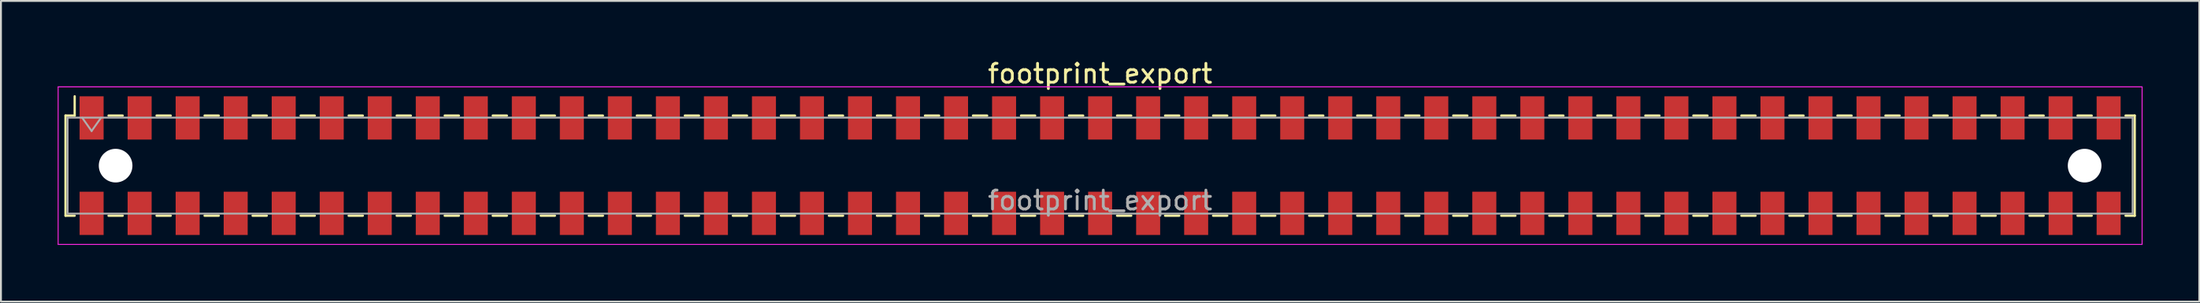
<source format=kicad_pcb>
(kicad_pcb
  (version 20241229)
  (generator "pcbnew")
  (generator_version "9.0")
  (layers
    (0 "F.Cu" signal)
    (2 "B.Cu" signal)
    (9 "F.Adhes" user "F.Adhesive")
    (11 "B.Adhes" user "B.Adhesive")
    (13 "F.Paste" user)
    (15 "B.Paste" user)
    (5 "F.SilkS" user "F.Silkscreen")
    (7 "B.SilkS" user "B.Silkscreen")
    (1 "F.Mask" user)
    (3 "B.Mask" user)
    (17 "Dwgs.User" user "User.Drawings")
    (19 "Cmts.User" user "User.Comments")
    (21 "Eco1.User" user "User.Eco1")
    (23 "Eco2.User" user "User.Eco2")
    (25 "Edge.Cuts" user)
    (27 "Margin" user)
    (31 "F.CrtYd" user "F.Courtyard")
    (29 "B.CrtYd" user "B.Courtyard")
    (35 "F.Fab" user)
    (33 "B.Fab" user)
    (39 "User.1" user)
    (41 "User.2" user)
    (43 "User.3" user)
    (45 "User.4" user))
  (footprint "footprint_export"
    (layer "F.Cu")
    (at 55.135 5.718)
    (property "Reference" "footprint_export" (at 0 -4.87 0) (layer "F.SilkS") (effects (font (size 1 1) (thickness 0.15))))
    (attr smd)
    (fp_line (start -54.72 -2.65) (end -54.72 2.65) (stroke (width 0.12) (type solid)) (layer "F.SilkS"))
    (fp_line (start -54.72 2.65) (end -54.235 2.65) (stroke (width 0.12) (type solid)) (layer "F.SilkS"))
    (fp_line (start -54.235 -3.67) (end -54.235 -2.65) (stroke (width 0.12) (type solid)) (layer "F.SilkS"))
    (fp_line (start -54.235 -2.65) (end -54.72 -2.65) (stroke (width 0.12) (type solid)) (layer "F.SilkS"))
    (fp_line (start -52.445 -2.65) (end -51.695 -2.65) (stroke (width 0.12) (type solid)) (layer "F.SilkS"))
    (fp_line (start -52.445 2.65) (end -51.695 2.65) (stroke (width 0.12) (type solid)) (layer "F.SilkS"))
    (fp_line (start -49.905 -2.65) (end -49.155 -2.65) (stroke (width 0.12) (type solid)) (layer "F.SilkS"))
    (fp_line (start -49.905 2.65) (end -49.155 2.65) (stroke (width 0.12) (type solid)) (layer "F.SilkS"))
    (fp_line (start -47.365 -2.65) (end -46.615 -2.65) (stroke (width 0.12) (type solid)) (layer "F.SilkS"))
    (fp_line (start -47.365 2.65) (end -46.615 2.65) (stroke (width 0.12) (type solid)) (layer "F.SilkS"))
    (fp_line (start -44.825 -2.65) (end -44.075 -2.65) (stroke (width 0.12) (type solid)) (layer "F.SilkS"))
    (fp_line (start -44.825 2.65) (end -44.075 2.65) (stroke (width 0.12) (type solid)) (layer "F.SilkS"))
    (fp_line (start -42.285 -2.65) (end -41.535 -2.65) (stroke (width 0.12) (type solid)) (layer "F.SilkS"))
    (fp_line (start -42.285 2.65) (end -41.535 2.65) (stroke (width 0.12) (type solid)) (layer "F.SilkS"))
    (fp_line (start -39.745 -2.65) (end -38.995 -2.65) (stroke (width 0.12) (type solid)) (layer "F.SilkS"))
    (fp_line (start -39.745 2.65) (end -38.995 2.65) (stroke (width 0.12) (type solid)) (layer "F.SilkS"))
    (fp_line (start -37.205 -2.65) (end -36.455 -2.65) (stroke (width 0.12) (type solid)) (layer "F.SilkS"))
    (fp_line (start -37.205 2.65) (end -36.455 2.65) (stroke (width 0.12) (type solid)) (layer "F.SilkS"))
    (fp_line (start -34.665 -2.65) (end -33.915 -2.65) (stroke (width 0.12) (type solid)) (layer "F.SilkS"))
    (fp_line (start -34.665 2.65) (end -33.915 2.65) (stroke (width 0.12) (type solid)) (layer "F.SilkS"))
    (fp_line (start -32.125 -2.65) (end -31.375 -2.65) (stroke (width 0.12) (type solid)) (layer "F.SilkS"))
    (fp_line (start -32.125 2.65) (end -31.375 2.65) (stroke (width 0.12) (type solid)) (layer "F.SilkS"))
    (fp_line (start -29.585 -2.65) (end -28.835 -2.65) (stroke (width 0.12) (type solid)) (layer "F.SilkS"))
    (fp_line (start -29.585 2.65) (end -28.835 2.65) (stroke (width 0.12) (type solid)) (layer "F.SilkS"))
    (fp_line (start -27.045 -2.65) (end -26.295 -2.65) (stroke (width 0.12) (type solid)) (layer "F.SilkS"))
    (fp_line (start -27.045 2.65) (end -26.295 2.65) (stroke (width 0.12) (type solid)) (layer "F.SilkS"))
    (fp_line (start -24.505 -2.65) (end -23.755 -2.65) (stroke (width 0.12) (type solid)) (layer "F.SilkS"))
    (fp_line (start -24.505 2.65) (end -23.755 2.65) (stroke (width 0.12) (type solid)) (layer "F.SilkS"))
    (fp_line (start -21.965 -2.65) (end -21.215 -2.65) (stroke (width 0.12) (type solid)) (layer "F.SilkS"))
    (fp_line (start -21.965 2.65) (end -21.215 2.65) (stroke (width 0.12) (type solid)) (layer "F.SilkS"))
    (fp_line (start -19.425 -2.65) (end -18.675 -2.65) (stroke (width 0.12) (type solid)) (layer "F.SilkS"))
    (fp_line (start -19.425 2.65) (end -18.675 2.65) (stroke (width 0.12) (type solid)) (layer "F.SilkS"))
    (fp_line (start -16.885 -2.65) (end -16.135 -2.65) (stroke (width 0.12) (type solid)) (layer "F.SilkS"))
    (fp_line (start -16.885 2.65) (end -16.135 2.65) (stroke (width 0.12) (type solid)) (layer "F.SilkS"))
    (fp_line (start -14.345 -2.65) (end -13.595 -2.65) (stroke (width 0.12) (type solid)) (layer "F.SilkS"))
    (fp_line (start -14.345 2.65) (end -13.595 2.65) (stroke (width 0.12) (type solid)) (layer "F.SilkS"))
    (fp_line (start -11.805 -2.65) (end -11.055 -2.65) (stroke (width 0.12) (type solid)) (layer "F.SilkS"))
    (fp_line (start -11.805 2.65) (end -11.055 2.65) (stroke (width 0.12) (type solid)) (layer "F.SilkS"))
    (fp_line (start -9.265 -2.65) (end -8.515 -2.65) (stroke (width 0.12) (type solid)) (layer "F.SilkS"))
    (fp_line (start -9.265 2.65) (end -8.515 2.65) (stroke (width 0.12) (type solid)) (layer "F.SilkS"))
    (fp_line (start -6.725 -2.65) (end -5.975 -2.65) (stroke (width 0.12) (type solid)) (layer "F.SilkS"))
    (fp_line (start -6.725 2.65) (end -5.975 2.65) (stroke (width 0.12) (type solid)) (layer "F.SilkS"))
    (fp_line (start -4.185 -2.65) (end -3.435 -2.65) (stroke (width 0.12) (type solid)) (layer "F.SilkS"))
    (fp_line (start -4.185 2.65) (end -3.435 2.65) (stroke (width 0.12) (type solid)) (layer "F.SilkS"))
    (fp_line (start -1.645 -2.65) (end -0.895 -2.65) (stroke (width 0.12) (type solid)) (layer "F.SilkS"))
    (fp_line (start -1.645 2.65) (end -0.895 2.65) (stroke (width 0.12) (type solid)) (layer "F.SilkS"))
    (fp_line (start 0.895 -2.65) (end 1.645 -2.65) (stroke (width 0.12) (type solid)) (layer "F.SilkS"))
    (fp_line (start 0.895 2.65) (end 1.645 2.65) (stroke (width 0.12) (type solid)) (layer "F.SilkS"))
    (fp_line (start 3.435 -2.65) (end 4.185 -2.65) (stroke (width 0.12) (type solid)) (layer "F.SilkS"))
    (fp_line (start 3.435 2.65) (end 4.185 2.65) (stroke (width 0.12) (type solid)) (layer "F.SilkS"))
    (fp_line (start 5.975 -2.65) (end 6.725 -2.65) (stroke (width 0.12) (type solid)) (layer "F.SilkS"))
    (fp_line (start 5.975 2.65) (end 6.725 2.65) (stroke (width 0.12) (type solid)) (layer "F.SilkS"))
    (fp_line (start 8.515 -2.65) (end 9.265 -2.65) (stroke (width 0.12) (type solid)) (layer "F.SilkS"))
    (fp_line (start 8.515 2.65) (end 9.265 2.65) (stroke (width 0.12) (type solid)) (layer "F.SilkS"))
    (fp_line (start 11.055 -2.65) (end 11.805 -2.65) (stroke (width 0.12) (type solid)) (layer "F.SilkS"))
    (fp_line (start 11.055 2.65) (end 11.805 2.65) (stroke (width 0.12) (type solid)) (layer "F.SilkS"))
    (fp_line (start 13.595 -2.65) (end 14.345 -2.65) (stroke (width 0.12) (type solid)) (layer "F.SilkS"))
    (fp_line (start 13.595 2.65) (end 14.345 2.65) (stroke (width 0.12) (type solid)) (layer "F.SilkS"))
    (fp_line (start 16.135 -2.65) (end 16.885 -2.65) (stroke (width 0.12) (type solid)) (layer "F.SilkS"))
    (fp_line (start 16.135 2.65) (end 16.885 2.65) (stroke (width 0.12) (type solid)) (layer "F.SilkS"))
    (fp_line (start 18.675 -2.65) (end 19.425 -2.65) (stroke (width 0.12) (type solid)) (layer "F.SilkS"))
    (fp_line (start 18.675 2.65) (end 19.425 2.65) (stroke (width 0.12) (type solid)) (layer "F.SilkS"))
    (fp_line (start 21.215 -2.65) (end 21.965 -2.65) (stroke (width 0.12) (type solid)) (layer "F.SilkS"))
    (fp_line (start 21.215 2.65) (end 21.965 2.65) (stroke (width 0.12) (type solid)) (layer "F.SilkS"))
    (fp_line (start 23.755 -2.65) (end 24.505 -2.65) (stroke (width 0.12) (type solid)) (layer "F.SilkS"))
    (fp_line (start 23.755 2.65) (end 24.505 2.65) (stroke (width 0.12) (type solid)) (layer "F.SilkS"))
    (fp_line (start 26.295 -2.65) (end 27.045 -2.65) (stroke (width 0.12) (type solid)) (layer "F.SilkS"))
    (fp_line (start 26.295 2.65) (end 27.045 2.65) (stroke (width 0.12) (type solid)) (layer "F.SilkS"))
    (fp_line (start 28.835 -2.65) (end 29.585 -2.65) (stroke (width 0.12) (type solid)) (layer "F.SilkS"))
    (fp_line (start 28.835 2.65) (end 29.585 2.65) (stroke (width 0.12) (type solid)) (layer "F.SilkS"))
    (fp_line (start 31.375 -2.65) (end 32.125 -2.65) (stroke (width 0.12) (type solid)) (layer "F.SilkS"))
    (fp_line (start 31.375 2.65) (end 32.125 2.65) (stroke (width 0.12) (type solid)) (layer "F.SilkS"))
    (fp_line (start 33.915 -2.65) (end 34.665 -2.65) (stroke (width 0.12) (type solid)) (layer "F.SilkS"))
    (fp_line (start 33.915 2.65) (end 34.665 2.65) (stroke (width 0.12) (type solid)) (layer "F.SilkS"))
    (fp_line (start 36.455 -2.65) (end 37.205 -2.65) (stroke (width 0.12) (type solid)) (layer "F.SilkS"))
    (fp_line (start 36.455 2.65) (end 37.205 2.65) (stroke (width 0.12) (type solid)) (layer "F.SilkS"))
    (fp_line (start 38.995 -2.65) (end 39.745 -2.65) (stroke (width 0.12) (type solid)) (layer "F.SilkS"))
    (fp_line (start 38.995 2.65) (end 39.745 2.65) (stroke (width 0.12) (type solid)) (layer "F.SilkS"))
    (fp_line (start 41.535 -2.65) (end 42.285 -2.65) (stroke (width 0.12) (type solid)) (layer "F.SilkS"))
    (fp_line (start 41.535 2.65) (end 42.285 2.65) (stroke (width 0.12) (type solid)) (layer "F.SilkS"))
    (fp_line (start 44.075 -2.65) (end 44.825 -2.65) (stroke (width 0.12) (type solid)) (layer "F.SilkS"))
    (fp_line (start 44.075 2.65) (end 44.825 2.65) (stroke (width 0.12) (type solid)) (layer "F.SilkS"))
    (fp_line (start 46.615 -2.65) (end 47.365 -2.65) (stroke (width 0.12) (type solid)) (layer "F.SilkS"))
    (fp_line (start 46.615 2.65) (end 47.365 2.65) (stroke (width 0.12) (type solid)) (layer "F.SilkS"))
    (fp_line (start 49.155 -2.65) (end 49.905 -2.65) (stroke (width 0.12) (type solid)) (layer "F.SilkS"))
    (fp_line (start 49.155 2.65) (end 49.905 2.65) (stroke (width 0.12) (type solid)) (layer "F.SilkS"))
    (fp_line (start 51.695 -2.65) (end 52.445 -2.65) (stroke (width 0.12) (type solid)) (layer "F.SilkS"))
    (fp_line (start 51.695 2.65) (end 52.445 2.65) (stroke (width 0.12) (type solid)) (layer "F.SilkS"))
    (fp_line (start 54.235 -2.65) (end 54.72 -2.65) (stroke (width 0.12) (type solid)) (layer "F.SilkS"))
    (fp_line (start 54.72 -2.65) (end 54.72 2.65) (stroke (width 0.12) (type solid)) (layer "F.SilkS"))
    (fp_line (start 54.72 2.65) (end 54.235 2.65) (stroke (width 0.12) (type solid)) (layer "F.SilkS"))
    (fp_line (start -55.11 -4.17) (end 55.11 -4.17) (stroke (width 0.05) (type solid)) (layer "F.CrtYd"))
    (fp_line (start -55.11 4.17) (end -55.11 -4.17) (stroke (width 0.05) (type solid)) (layer "F.CrtYd"))
    (fp_line (start 55.11 -4.17) (end 55.11 4.17) (stroke (width 0.05) (type solid)) (layer "F.CrtYd"))
    (fp_line (start 55.11 4.17) (end -55.11 4.17) (stroke (width 0.05) (type solid)) (layer "F.CrtYd"))
    (fp_line (start -54.61 -2.54) (end 54.61 -2.54) (stroke (width 0.1) (type solid)) (layer "F.Fab"))
    (fp_line (start -54.61 2.54) (end -54.61 -2.54) (stroke (width 0.1) (type solid)) (layer "F.Fab"))
    (fp_line (start -53.84 -2.54) (end -53.34 -1.833) (stroke (width 0.1) (type solid)) (layer "F.Fab"))
    (fp_line (start -53.34 -1.833) (end -52.84 -2.54) (stroke (width 0.1) (type solid)) (layer "F.Fab"))
    (fp_line (start 54.61 -2.54) (end 54.61 2.54) (stroke (width 0.1) (type solid)) (layer "F.Fab"))
    (fp_line (start 54.61 2.54) (end -54.61 2.54) (stroke (width 0.1) (type solid)) (layer "F.Fab"))
    (fp_text user "${REFERENCE}" (at 0 1.84 0) (layer "F.Fab") (effects (font (size 1 1) (thickness 0.15))))
    (pad "" np_thru_hole circle (at -52.07 0) (size 1.78 1.78) (drill 1.78) (layers "*.Cu" "*.Mask"))
    (pad "" np_thru_hole circle (at 52.07 0) (size 1.78 1.78) (drill 1.78) (layers "*.Cu" "*.Mask"))
    (pad "1" smd rect (at -53.34 -2.525) (size 1.27 2.29) (layers "F.Cu" "F.Mask" "F.Paste"))
    (pad "2" smd rect (at -53.34 2.525) (size 1.27 2.29) (layers "F.Cu" "F.Mask" "F.Paste"))
    (pad "3" smd rect (at -50.8 -2.525) (size 1.27 2.29) (layers "F.Cu" "F.Mask" "F.Paste"))
    (pad "4" smd rect (at -50.8 2.525) (size 1.27 2.29) (layers "F.Cu" "F.Mask" "F.Paste"))
    (pad "5" smd rect (at -48.26 -2.525) (size 1.27 2.29) (layers "F.Cu" "F.Mask" "F.Paste"))
    (pad "6" smd rect (at -48.26 2.525) (size 1.27 2.29) (layers "F.Cu" "F.Mask" "F.Paste"))
    (pad "7" smd rect (at -45.72 -2.525) (size 1.27 2.29) (layers "F.Cu" "F.Mask" "F.Paste"))
    (pad "8" smd rect (at -45.72 2.525) (size 1.27 2.29) (layers "F.Cu" "F.Mask" "F.Paste"))
    (pad "9" smd rect (at -43.18 -2.525) (size 1.27 2.29) (layers "F.Cu" "F.Mask" "F.Paste"))
    (pad "10" smd rect (at -43.18 2.525) (size 1.27 2.29) (layers "F.Cu" "F.Mask" "F.Paste"))
    (pad "11" smd rect (at -40.64 -2.525) (size 1.27 2.29) (layers "F.Cu" "F.Mask" "F.Paste"))
    (pad "12" smd rect (at -40.64 2.525) (size 1.27 2.29) (layers "F.Cu" "F.Mask" "F.Paste"))
    (pad "13" smd rect (at -38.1 -2.525) (size 1.27 2.29) (layers "F.Cu" "F.Mask" "F.Paste"))
    (pad "14" smd rect (at -38.1 2.525) (size 1.27 2.29) (layers "F.Cu" "F.Mask" "F.Paste"))
    (pad "15" smd rect (at -35.56 -2.525) (size 1.27 2.29) (layers "F.Cu" "F.Mask" "F.Paste"))
    (pad "16" smd rect (at -35.56 2.525) (size 1.27 2.29) (layers "F.Cu" "F.Mask" "F.Paste"))
    (pad "17" smd rect (at -33.02 -2.525) (size 1.27 2.29) (layers "F.Cu" "F.Mask" "F.Paste"))
    (pad "18" smd rect (at -33.02 2.525) (size 1.27 2.29) (layers "F.Cu" "F.Mask" "F.Paste"))
    (pad "19" smd rect (at -30.48 -2.525) (size 1.27 2.29) (layers "F.Cu" "F.Mask" "F.Paste"))
    (pad "20" smd rect (at -30.48 2.525) (size 1.27 2.29) (layers "F.Cu" "F.Mask" "F.Paste"))
    (pad "21" smd rect (at -27.94 -2.525) (size 1.27 2.29) (layers "F.Cu" "F.Mask" "F.Paste"))
    (pad "22" smd rect (at -27.94 2.525) (size 1.27 2.29) (layers "F.Cu" "F.Mask" "F.Paste"))
    (pad "23" smd rect (at -25.4 -2.525) (size 1.27 2.29) (layers "F.Cu" "F.Mask" "F.Paste"))
    (pad "24" smd rect (at -25.4 2.525) (size 1.27 2.29) (layers "F.Cu" "F.Mask" "F.Paste"))
    (pad "25" smd rect (at -22.86 -2.525) (size 1.27 2.29) (layers "F.Cu" "F.Mask" "F.Paste"))
    (pad "26" smd rect (at -22.86 2.525) (size 1.27 2.29) (layers "F.Cu" "F.Mask" "F.Paste"))
    (pad "27" smd rect (at -20.32 -2.525) (size 1.27 2.29) (layers "F.Cu" "F.Mask" "F.Paste"))
    (pad "28" smd rect (at -20.32 2.525) (size 1.27 2.29) (layers "F.Cu" "F.Mask" "F.Paste"))
    (pad "29" smd rect (at -17.78 -2.525) (size 1.27 2.29) (layers "F.Cu" "F.Mask" "F.Paste"))
    (pad "30" smd rect (at -17.78 2.525) (size 1.27 2.29) (layers "F.Cu" "F.Mask" "F.Paste"))
    (pad "31" smd rect (at -15.24 -2.525) (size 1.27 2.29) (layers "F.Cu" "F.Mask" "F.Paste"))
    (pad "32" smd rect (at -15.24 2.525) (size 1.27 2.29) (layers "F.Cu" "F.Mask" "F.Paste"))
    (pad "33" smd rect (at -12.7 -2.525) (size 1.27 2.29) (layers "F.Cu" "F.Mask" "F.Paste"))
    (pad "34" smd rect (at -12.7 2.525) (size 1.27 2.29) (layers "F.Cu" "F.Mask" "F.Paste"))
    (pad "35" smd rect (at -10.16 -2.525) (size 1.27 2.29) (layers "F.Cu" "F.Mask" "F.Paste"))
    (pad "36" smd rect (at -10.16 2.525) (size 1.27 2.29) (layers "F.Cu" "F.Mask" "F.Paste"))
    (pad "37" smd rect (at -7.62 -2.525) (size 1.27 2.29) (layers "F.Cu" "F.Mask" "F.Paste"))
    (pad "38" smd rect (at -7.62 2.525) (size 1.27 2.29) (layers "F.Cu" "F.Mask" "F.Paste"))
    (pad "39" smd rect (at -5.08 -2.525) (size 1.27 2.29) (layers "F.Cu" "F.Mask" "F.Paste"))
    (pad "40" smd rect (at -5.08 2.525) (size 1.27 2.29) (layers "F.Cu" "F.Mask" "F.Paste"))
    (pad "41" smd rect (at -2.54 -2.525) (size 1.27 2.29) (layers "F.Cu" "F.Mask" "F.Paste"))
    (pad "42" smd rect (at -2.54 2.525) (size 1.27 2.29) (layers "F.Cu" "F.Mask" "F.Paste"))
    (pad "43" smd rect (at 0 -2.525) (size 1.27 2.29) (layers "F.Cu" "F.Mask" "F.Paste"))
    (pad "44" smd rect (at 0 2.525) (size 1.27 2.29) (layers "F.Cu" "F.Mask" "F.Paste"))
    (pad "45" smd rect (at 2.54 -2.525) (size 1.27 2.29) (layers "F.Cu" "F.Mask" "F.Paste"))
    (pad "46" smd rect (at 2.54 2.525) (size 1.27 2.29) (layers "F.Cu" "F.Mask" "F.Paste"))
    (pad "47" smd rect (at 5.08 -2.525) (size 1.27 2.29) (layers "F.Cu" "F.Mask" "F.Paste"))
    (pad "48" smd rect (at 5.08 2.525) (size 1.27 2.29) (layers "F.Cu" "F.Mask" "F.Paste"))
    (pad "49" smd rect (at 7.62 -2.525) (size 1.27 2.29) (layers "F.Cu" "F.Mask" "F.Paste"))
    (pad "50" smd rect (at 7.62 2.525) (size 1.27 2.29) (layers "F.Cu" "F.Mask" "F.Paste"))
    (pad "51" smd rect (at 10.16 -2.525) (size 1.27 2.29) (layers "F.Cu" "F.Mask" "F.Paste"))
    (pad "52" smd rect (at 10.16 2.525) (size 1.27 2.29) (layers "F.Cu" "F.Mask" "F.Paste"))
    (pad "53" smd rect (at 12.7 -2.525) (size 1.27 2.29) (layers "F.Cu" "F.Mask" "F.Paste"))
    (pad "54" smd rect (at 12.7 2.525) (size 1.27 2.29) (layers "F.Cu" "F.Mask" "F.Paste"))
    (pad "55" smd rect (at 15.24 -2.525) (size 1.27 2.29) (layers "F.Cu" "F.Mask" "F.Paste"))
    (pad "56" smd rect (at 15.24 2.525) (size 1.27 2.29) (layers "F.Cu" "F.Mask" "F.Paste"))
    (pad "57" smd rect (at 17.78 -2.525) (size 1.27 2.29) (layers "F.Cu" "F.Mask" "F.Paste"))
    (pad "58" smd rect (at 17.78 2.525) (size 1.27 2.29) (layers "F.Cu" "F.Mask" "F.Paste"))
    (pad "59" smd rect (at 20.32 -2.525) (size 1.27 2.29) (layers "F.Cu" "F.Mask" "F.Paste"))
    (pad "60" smd rect (at 20.32 2.525) (size 1.27 2.29) (layers "F.Cu" "F.Mask" "F.Paste"))
    (pad "61" smd rect (at 22.86 -2.525) (size 1.27 2.29) (layers "F.Cu" "F.Mask" "F.Paste"))
    (pad "62" smd rect (at 22.86 2.525) (size 1.27 2.29) (layers "F.Cu" "F.Mask" "F.Paste"))
    (pad "63" smd rect (at 25.4 -2.525) (size 1.27 2.29) (layers "F.Cu" "F.Mask" "F.Paste"))
    (pad "64" smd rect (at 25.4 2.525) (size 1.27 2.29) (layers "F.Cu" "F.Mask" "F.Paste"))
    (pad "65" smd rect (at 27.94 -2.525) (size 1.27 2.29) (layers "F.Cu" "F.Mask" "F.Paste"))
    (pad "66" smd rect (at 27.94 2.525) (size 1.27 2.29) (layers "F.Cu" "F.Mask" "F.Paste"))
    (pad "67" smd rect (at 30.48 -2.525) (size 1.27 2.29) (layers "F.Cu" "F.Mask" "F.Paste"))
    (pad "68" smd rect (at 30.48 2.525) (size 1.27 2.29) (layers "F.Cu" "F.Mask" "F.Paste"))
    (pad "69" smd rect (at 33.02 -2.525) (size 1.27 2.29) (layers "F.Cu" "F.Mask" "F.Paste"))
    (pad "70" smd rect (at 33.02 2.525) (size 1.27 2.29) (layers "F.Cu" "F.Mask" "F.Paste"))
    (pad "71" smd rect (at 35.56 -2.525) (size 1.27 2.29) (layers "F.Cu" "F.Mask" "F.Paste"))
    (pad "72" smd rect (at 35.56 2.525) (size 1.27 2.29) (layers "F.Cu" "F.Mask" "F.Paste"))
    (pad "73" smd rect (at 38.1 -2.525) (size 1.27 2.29) (layers "F.Cu" "F.Mask" "F.Paste"))
    (pad "74" smd rect (at 38.1 2.525) (size 1.27 2.29) (layers "F.Cu" "F.Mask" "F.Paste"))
    (pad "75" smd rect (at 40.64 -2.525) (size 1.27 2.29) (layers "F.Cu" "F.Mask" "F.Paste"))
    (pad "76" smd rect (at 40.64 2.525) (size 1.27 2.29) (layers "F.Cu" "F.Mask" "F.Paste"))
    (pad "77" smd rect (at 43.18 -2.525) (size 1.27 2.29) (layers "F.Cu" "F.Mask" "F.Paste"))
    (pad "78" smd rect (at 43.18 2.525) (size 1.27 2.29) (layers "F.Cu" "F.Mask" "F.Paste"))
    (pad "79" smd rect (at 45.72 -2.525) (size 1.27 2.29) (layers "F.Cu" "F.Mask" "F.Paste"))
    (pad "80" smd rect (at 45.72 2.525) (size 1.27 2.29) (layers "F.Cu" "F.Mask" "F.Paste"))
    (pad "81" smd rect (at 48.26 -2.525) (size 1.27 2.29) (layers "F.Cu" "F.Mask" "F.Paste"))
    (pad "82" smd rect (at 48.26 2.525) (size 1.27 2.29) (layers "F.Cu" "F.Mask" "F.Paste"))
    (pad "83" smd rect (at 50.8 -2.525) (size 1.27 2.29) (layers "F.Cu" "F.Mask" "F.Paste"))
    (pad "84" smd rect (at 50.8 2.525) (size 1.27 2.29) (layers "F.Cu" "F.Mask" "F.Paste"))
    (pad "85" smd rect (at 53.34 -2.525) (size 1.27 2.29) (layers "F.Cu" "F.Mask" "F.Paste"))
    (pad "86" smd rect (at 53.34 2.525) (size 1.27 2.29) (layers "F.Cu" "F.Mask" "F.Paste")))
  (gr_rect
    (start -3 -3)
    (end 113.27 12.913)
    (stroke (width 0.1) (type default))
    (fill no)
    (layer "Edge.Cuts")))
</source>
